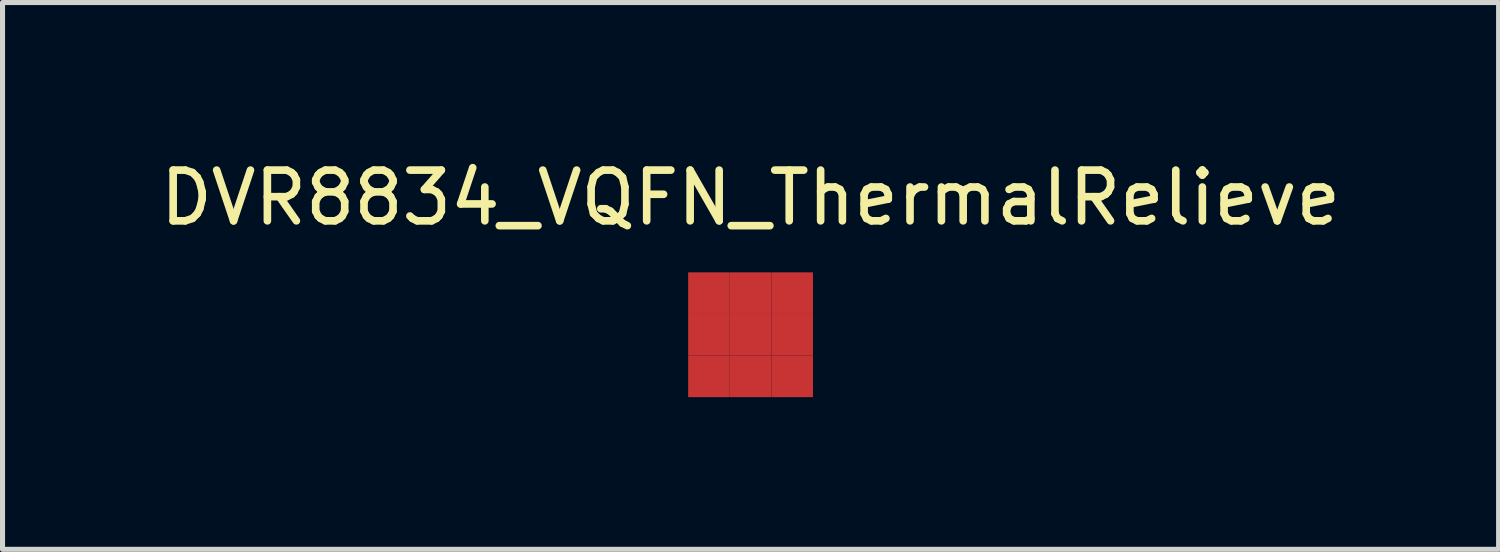
<source format=kicad_pcb>
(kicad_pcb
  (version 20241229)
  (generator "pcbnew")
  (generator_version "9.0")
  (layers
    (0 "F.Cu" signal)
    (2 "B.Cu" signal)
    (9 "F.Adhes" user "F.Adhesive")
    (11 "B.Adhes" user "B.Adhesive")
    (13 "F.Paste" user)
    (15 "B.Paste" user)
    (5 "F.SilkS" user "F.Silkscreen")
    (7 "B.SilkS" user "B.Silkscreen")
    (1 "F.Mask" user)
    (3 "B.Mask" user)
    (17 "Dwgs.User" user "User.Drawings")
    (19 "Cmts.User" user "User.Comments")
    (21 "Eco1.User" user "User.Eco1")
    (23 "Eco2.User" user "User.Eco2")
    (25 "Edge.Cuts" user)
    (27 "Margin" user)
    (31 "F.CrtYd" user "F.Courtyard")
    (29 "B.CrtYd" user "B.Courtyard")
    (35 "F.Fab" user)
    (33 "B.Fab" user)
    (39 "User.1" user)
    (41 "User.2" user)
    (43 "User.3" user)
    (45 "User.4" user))
  (footprint "DVR8834_VQFN_ThermalRelieve"
    (layer "F.Cu")
    (at 11.744 3.548)
    (property "Reference" "DVR8834_VQFN_ThermalRelieve" (at 0 -2.7 0) (layer "F.SilkS") (effects (font (size 1 1) (thickness 0.15))))
    (attr through_hole)
    (pad "25" smd rect (at -0.82 -0.82) (size 0.82 0.82) (layers "F.Cu" "F.Mask" "F.Paste"))
    (pad "25" smd rect (at -0.82 0) (size 0.82 0.82) (layers "F.Cu" "F.Mask" "F.Paste"))
    (pad "25" smd rect (at -0.82 0.82) (size 0.82 0.82) (layers "F.Cu" "F.Mask" "F.Paste"))
    (pad "25" smd rect (at 0 -0.82) (size 0.82 0.82) (layers "F.Cu" "F.Mask" "F.Paste"))
    (pad "25" smd rect (at 0 0) (size 0.82 0.82) (layers "F.Cu" "F.Mask" "F.Paste"))
    (pad "25" smd rect (at 0 0.82) (size 0.82 0.82) (layers "F.Cu" "F.Mask" "F.Paste"))
    (pad "25" smd rect (at 0.82 -0.82) (size 0.82 0.82) (layers "F.Cu" "F.Mask" "F.Paste"))
    (pad "25" smd rect (at 0.82 0) (size 0.82 0.82) (layers "F.Cu" "F.Mask" "F.Paste"))
    (pad "25" smd rect (at 0.82 0.82) (size 0.82 0.82) (layers "F.Cu" "F.Mask" "F.Paste")))
  (gr_rect
    (start -3 -3)
    (end 26.488 7.778)
    (stroke (width 0.1) (type default))
    (fill no)
    (layer "Edge.Cuts")))
</source>
